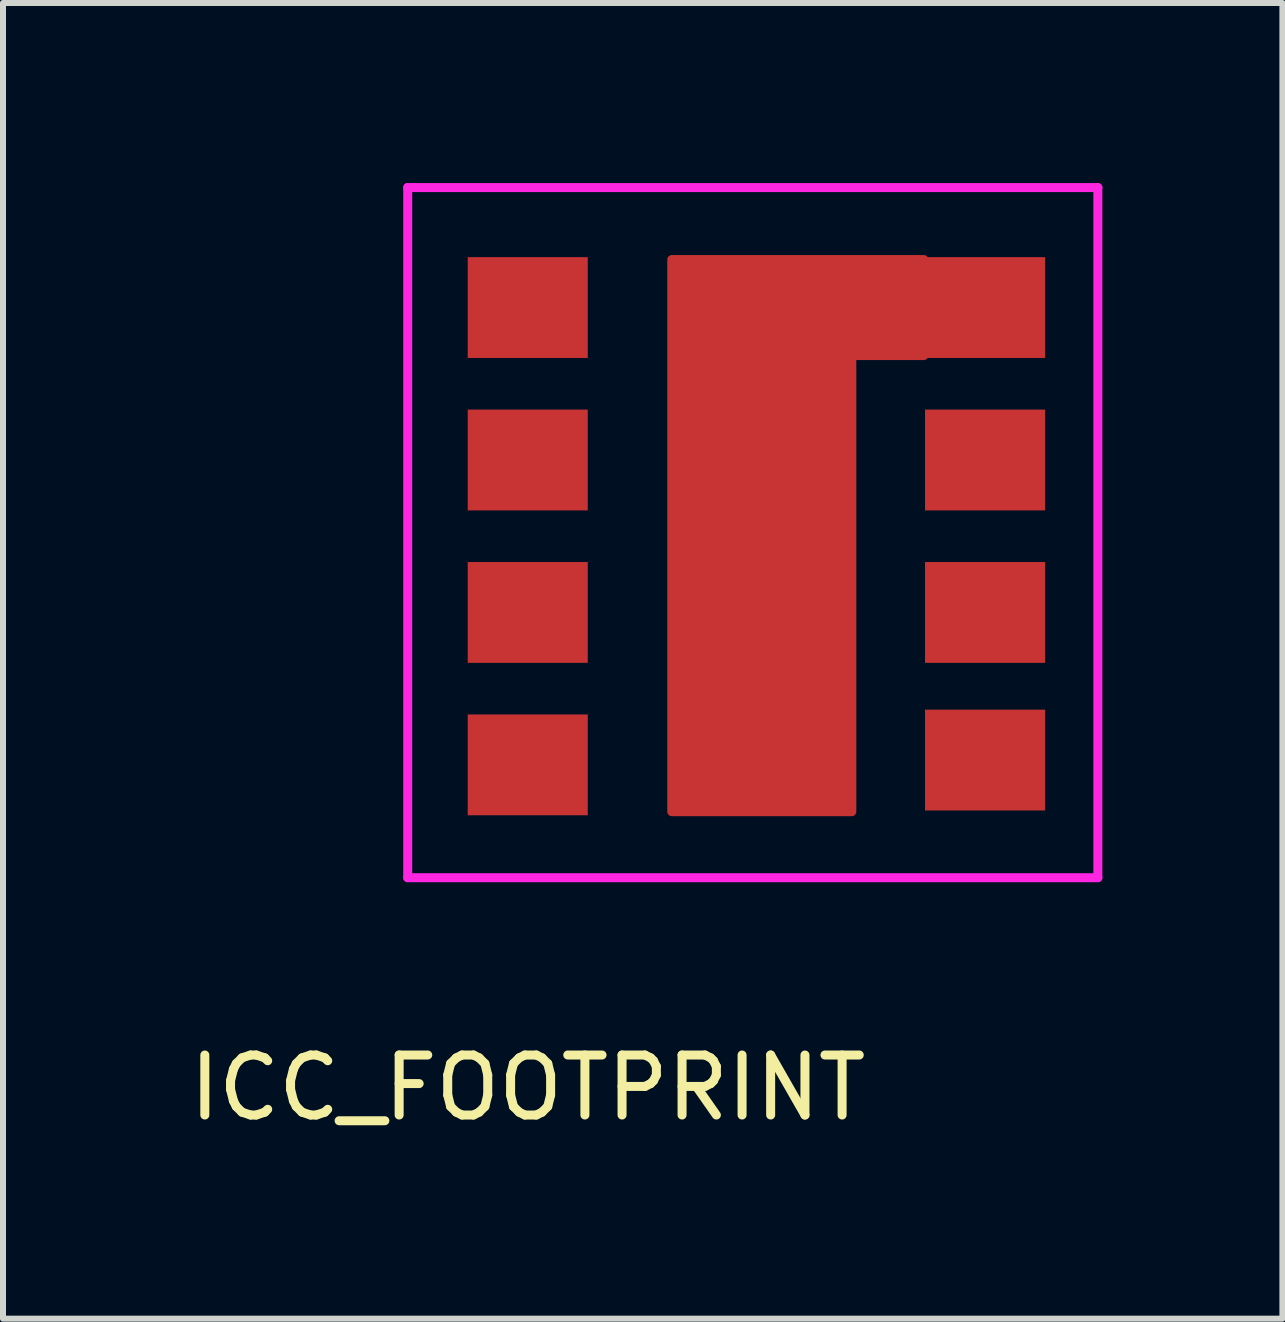
<source format=kicad_pcb>
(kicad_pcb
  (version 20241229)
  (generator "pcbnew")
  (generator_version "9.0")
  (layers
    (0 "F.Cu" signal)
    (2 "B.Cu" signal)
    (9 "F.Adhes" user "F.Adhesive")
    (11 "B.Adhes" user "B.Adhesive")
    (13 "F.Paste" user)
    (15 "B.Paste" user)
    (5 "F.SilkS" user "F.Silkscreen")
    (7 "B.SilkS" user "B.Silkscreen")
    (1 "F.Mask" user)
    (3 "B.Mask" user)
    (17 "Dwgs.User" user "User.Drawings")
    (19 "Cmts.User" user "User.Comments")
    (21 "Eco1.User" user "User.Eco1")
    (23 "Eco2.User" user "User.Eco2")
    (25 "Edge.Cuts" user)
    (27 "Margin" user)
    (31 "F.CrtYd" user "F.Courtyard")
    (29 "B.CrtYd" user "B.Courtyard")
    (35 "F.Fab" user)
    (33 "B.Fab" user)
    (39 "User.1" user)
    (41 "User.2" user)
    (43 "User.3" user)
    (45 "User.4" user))
  (footprint "ICC_FOOTPRINT"
    (layer "F.Cu")
    (at 5.744 2.075)
    (property "Reference" "ICC_FOOTPRINT" (at 0 13 0) (layer "F.SilkS") (effects (font (size 1 1) (thickness 0.15))))
    (attr through_hole)
    (fp_poly (pts (xy 6.6 -0.8) (xy 2.4 -0.8) (xy 2.4 8.4) (xy 5.4 8.4) (xy 5.4 0.8) (xy 6.6 0.8) (xy 6.6 -0.8)) (stroke (width 0.15) (type solid)) (fill yes) (layer "F.Cu"))
    (fp_line (start -2 -2) (end -2 9.5) (stroke (width 0.15) (type solid)) (layer "F.CrtYd"))
    (fp_line (start -2 9.5) (end 9.5 9.5) (stroke (width 0.15) (type solid)) (layer "F.CrtYd"))
    (fp_line (start 9.5 -2) (end -2 -2) (stroke (width 0.15) (type solid)) (layer "F.CrtYd"))
    (fp_line (start 9.5 9.5) (end 9.5 -2) (stroke (width 0.15) (type solid)) (layer "F.CrtYd"))
    (pad "1" smd rect (at 0 0) (size 2 1.68) (layers "F.Cu" "F.Mask" "F.Paste"))
    (pad "2" smd rect (at 0 2.54) (size 2 1.68) (layers "F.Cu" "F.Mask" "F.Paste"))
    (pad "3" smd rect (at 0 5.08) (size 2 1.68) (layers "F.Cu" "F.Mask" "F.Paste"))
    (pad "4" smd rect (at 0 7.62) (size 2 1.68) (layers "F.Cu" "F.Mask" "F.Paste"))
    (pad "5" smd rect (at 7.62 0) (size 2 1.68) (layers "F.Cu" "F.Mask" "F.Paste"))
    (pad "6" smd rect (at 7.62 2.54) (size 2 1.68) (layers "F.Cu" "F.Mask" "F.Paste"))
    (pad "7" smd rect (at 7.62 5.08) (size 2 1.68) (layers "F.Cu" "F.Mask" "F.Paste"))
    (pad "8" smd rect (at 7.62 7.54) (size 2 1.68) (layers "F.Cu" "F.Mask" "F.Paste")))
  (gr_rect
    (start -3 -3)
    (end 18.319 18.923)
    (stroke (width 0.1) (type default))
    (fill no)
    (layer "Edge.Cuts")))
</source>
